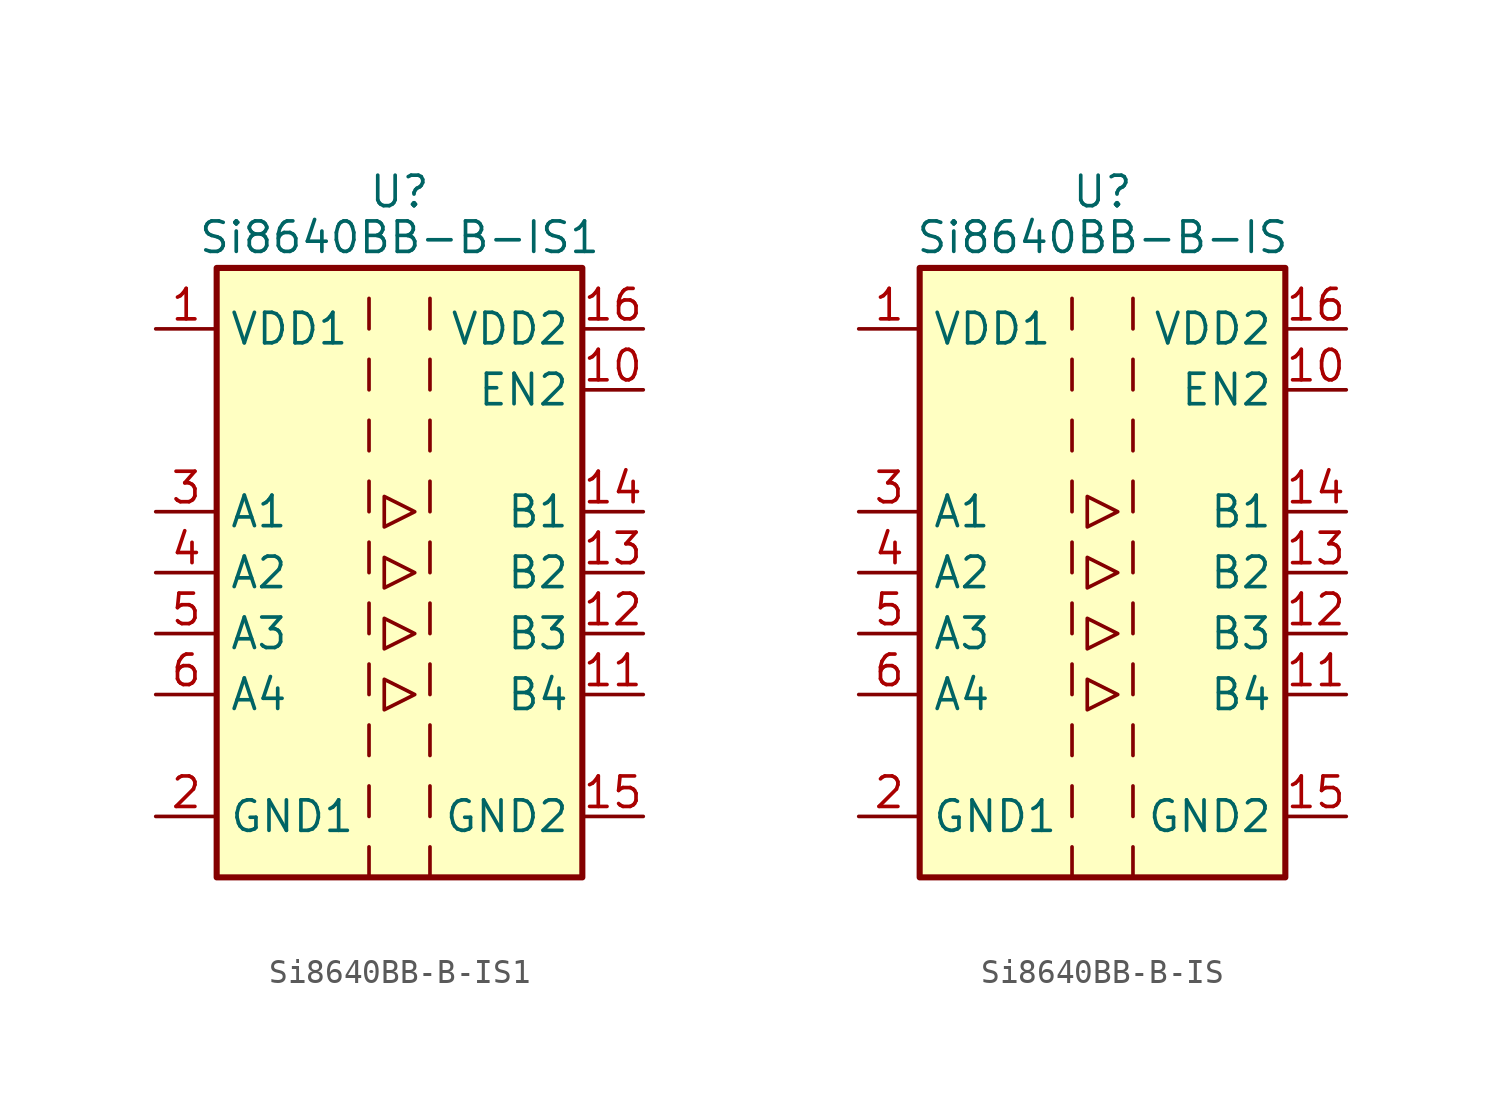
<source format=kicad_sym>
(kicad_symbol_lib
  (version 20200908)
  (generator kicad_symbol_editor)
  (symbol "Isolator:Si8640BB-B-IS1"
    (property "Reference" "U"
      (at 0 15.875 0)
      (effects (font (size 1.27 1.27))))
    (property "Value" "Si8640BB-B-IS1"
      (at 0 13.97 0)
      (effects (font (size 1.27 1.27))))
    (symbol "Si8640BB-B-IS1_0_1"
      (rectangle (start -7.62 12.7) (end 7.62 -12.7) (stroke (width 0.254)) (fill (type background)))
      (polyline (pts (xy -1.27 -11.43) (xy -1.27 -12.7)) (stroke (width 0)) (fill (type none)))
      (polyline (pts (xy -1.27 -8.89) (xy -1.27 -10.16)) (stroke (width 0)) (fill (type none)))
      (polyline (pts (xy -1.27 -6.35) (xy -1.27 -7.62)) (stroke (width 0)) (fill (type none)))
      (polyline (pts (xy -1.27 -3.81) (xy -1.27 -5.08)) (stroke (width 0)) (fill (type none)))
      (polyline (pts (xy -1.27 -1.27) (xy -1.27 -2.54)) (stroke (width 0)) (fill (type none)))
      (polyline (pts (xy -1.27 1.27) (xy -1.27 0)) (stroke (width 0)) (fill (type none)))
      (polyline (pts (xy -1.27 3.81) (xy -1.27 2.54)) (stroke (width 0)) (fill (type none)))
      (polyline (pts (xy -1.27 6.35) (xy -1.27 5.08)) (stroke (width 0)) (fill (type none)))
      (polyline (pts (xy -1.27 8.89) (xy -1.27 7.62)) (stroke (width 0)) (fill (type none)))
      (polyline (pts (xy -1.27 11.43) (xy -1.27 10.16)) (stroke (width 0)) (fill (type none)))
      (polyline (pts (xy 1.27 -11.43) (xy 1.27 -12.7)) (stroke (width 0)) (fill (type none)))
      (polyline (pts (xy 1.27 -8.89) (xy 1.27 -10.16)) (stroke (width 0)) (fill (type none)))
      (polyline (pts (xy 1.27 -6.35) (xy 1.27 -7.62)) (stroke (width 0)) (fill (type none)))
      (polyline (pts (xy 1.27 -3.81) (xy 1.27 -5.08)) (stroke (width 0)) (fill (type none)))
      (polyline (pts (xy 1.27 -1.27) (xy 1.27 -2.54)) (stroke (width 0)) (fill (type none)))
      (polyline (pts (xy 1.27 1.27) (xy 1.27 0)) (stroke (width 0)) (fill (type none)))
      (polyline (pts (xy 1.27 3.81) (xy 1.27 2.54)) (stroke (width 0)) (fill (type none)))
      (polyline (pts (xy 1.27 6.35) (xy 1.27 5.08)) (stroke (width 0)) (fill (type none)))
      (polyline (pts (xy 1.27 8.89) (xy 1.27 7.62)) (stroke (width 0)) (fill (type none)))
      (polyline (pts (xy 1.27 11.43) (xy 1.27 10.16)) (stroke (width 0)) (fill (type none)))
      (polyline (pts (xy -0.635 0.635) (xy -0.635 -0.635) (xy 0.635 0) (xy -0.635 0.635)) (stroke (width 0)) (fill (type none)))
      (polyline (pts (xy -0.635 3.175) (xy -0.635 1.905) (xy 0.635 2.54) (xy -0.635 3.175)) (stroke (width 0)) (fill (type none)))
      (polyline (pts (xy 0.635 -5.08) (xy -0.635 -4.445) (xy -0.635 -5.715) (xy 0.635 -5.08)) (stroke (width 0)) (fill (type none)))
      (polyline (pts (xy 0.635 -2.54) (xy -0.635 -1.905) (xy -0.635 -3.175) (xy 0.635 -2.54)) (stroke (width 0)) (fill (type none))))
    (symbol "Si8640BB-B-IS1_1_1"
      (pin power_in line (at -10.16 10.16 0) (length 2.54) (name "VDD1" (effects (font (size 1.27 1.27)))) (number "1" (effects (font (size 1.27 1.27)))))
      (pin input line (at 10.16 7.62 180) (length 2.54) (name "EN2" (effects (font (size 1.27 1.27)))) (number "10" (effects (font (size 1.27 1.27)))))
      (pin output line (at 10.16 -5.08 180) (length 2.54) (name "B4" (effects (font (size 1.27 1.27)))) (number "11" (effects (font (size 1.27 1.27)))))
      (pin output line (at 10.16 -2.54 180) (length 2.54) (name "B3" (effects (font (size 1.27 1.27)))) (number "12" (effects (font (size 1.27 1.27)))))
      (pin output line (at 10.16 0 180) (length 2.54) (name "B2" (effects (font (size 1.27 1.27)))) (number "13" (effects (font (size 1.27 1.27)))))
      (pin output line (at 10.16 2.54 180) (length 2.54) (name "B1" (effects (font (size 1.27 1.27)))) (number "14" (effects (font (size 1.27 1.27)))))
      (pin power_in line (at 10.16 -10.16 180) (length 2.54) (name "GND2" (effects (font (size 1.27 1.27)))) (number "15" (effects (font (size 1.27 1.27)))))
      (pin power_in line (at 10.16 10.16 180) (length 2.54) (name "VDD2" (effects (font (size 1.27 1.27)))) (number "16" (effects (font (size 1.27 1.27)))))
      (pin power_in line (at -10.16 -10.16 0) (length 2.54) (name "GND1" (effects (font (size 1.27 1.27)))) (number "2" (effects (font (size 1.27 1.27)))))
      (pin input line (at -10.16 2.54 0) (length 2.54) (name "A1" (effects (font (size 1.27 1.27)))) (number "3" (effects (font (size 1.27 1.27)))))
      (pin input line (at -10.16 0 0) (length 2.54) (name "A2" (effects (font (size 1.27 1.27)))) (number "4" (effects (font (size 1.27 1.27)))))
      (pin input line (at -10.16 -2.54 0) (length 2.54) (name "A3" (effects (font (size 1.27 1.27)))) (number "5" (effects (font (size 1.27 1.27)))))
      (pin input line (at -10.16 -5.08 0) (length 2.54) (name "A4" (effects (font (size 1.27 1.27)))) (number "6" (effects (font (size 1.27 1.27)))))
      (pin unconnected line (at -7.62 7.62 0) (length 2.54) hide (name "NC" (effects (font (size 1.27 1.27)))) (number "7" (effects (font (size 1.27 1.27)))))
      (pin passive line (at -10.16 -10.16 0) (length 2.54) hide (name "GND1" (effects (font (size 1.27 1.27)))) (number "8" (effects (font (size 1.27 1.27)))))
      (pin passive line (at 10.16 -10.16 180) (length 2.54) hide (name "GND2" (effects (font (size 1.27 1.27)))) (number "9" (effects (font (size 1.27 1.27)))))))
  (symbol "Isolator:Si8640BB-B-IS"
    (property "Reference" "U"
      (at 0 15.875 0)
      (effects (font (size 1.27 1.27))))
    (property "Value" "Si8640BB-B-IS"
      (at 0 13.97 0)
      (effects (font (size 1.27 1.27))))
    (symbol "Si8640BB-B-IS_0_1"
      (rectangle (start -7.62 12.7) (end 7.62 -12.7) (stroke (width 0.254)) (fill (type background)))
      (polyline (pts (xy -1.27 -11.43) (xy -1.27 -12.7)) (stroke (width 0)) (fill (type none)))
      (polyline (pts (xy -1.27 -8.89) (xy -1.27 -10.16)) (stroke (width 0)) (fill (type none)))
      (polyline (pts (xy -1.27 -6.35) (xy -1.27 -7.62)) (stroke (width 0)) (fill (type none)))
      (polyline (pts (xy -1.27 -3.81) (xy -1.27 -5.08)) (stroke (width 0)) (fill (type none)))
      (polyline (pts (xy -1.27 -1.27) (xy -1.27 -2.54)) (stroke (width 0)) (fill (type none)))
      (polyline (pts (xy -1.27 1.27) (xy -1.27 0)) (stroke (width 0)) (fill (type none)))
      (polyline (pts (xy -1.27 3.81) (xy -1.27 2.54)) (stroke (width 0)) (fill (type none)))
      (polyline (pts (xy -1.27 6.35) (xy -1.27 5.08)) (stroke (width 0)) (fill (type none)))
      (polyline (pts (xy -1.27 8.89) (xy -1.27 7.62)) (stroke (width 0)) (fill (type none)))
      (polyline (pts (xy -1.27 11.43) (xy -1.27 10.16)) (stroke (width 0)) (fill (type none)))
      (polyline (pts (xy 1.27 -11.43) (xy 1.27 -12.7)) (stroke (width 0)) (fill (type none)))
      (polyline (pts (xy 1.27 -8.89) (xy 1.27 -10.16)) (stroke (width 0)) (fill (type none)))
      (polyline (pts (xy 1.27 -6.35) (xy 1.27 -7.62)) (stroke (width 0)) (fill (type none)))
      (polyline (pts (xy 1.27 -3.81) (xy 1.27 -5.08)) (stroke (width 0)) (fill (type none)))
      (polyline (pts (xy 1.27 -1.27) (xy 1.27 -2.54)) (stroke (width 0)) (fill (type none)))
      (polyline (pts (xy 1.27 1.27) (xy 1.27 0)) (stroke (width 0)) (fill (type none)))
      (polyline (pts (xy 1.27 3.81) (xy 1.27 2.54)) (stroke (width 0)) (fill (type none)))
      (polyline (pts (xy 1.27 6.35) (xy 1.27 5.08)) (stroke (width 0)) (fill (type none)))
      (polyline (pts (xy 1.27 8.89) (xy 1.27 7.62)) (stroke (width 0)) (fill (type none)))
      (polyline (pts (xy 1.27 11.43) (xy 1.27 10.16)) (stroke (width 0)) (fill (type none)))
      (polyline (pts (xy -0.635 0.635) (xy -0.635 -0.635) (xy 0.635 0) (xy -0.635 0.635)) (stroke (width 0)) (fill (type none)))
      (polyline (pts (xy -0.635 3.175) (xy -0.635 1.905) (xy 0.635 2.54) (xy -0.635 3.175)) (stroke (width 0)) (fill (type none)))
      (polyline (pts (xy 0.635 -5.08) (xy -0.635 -4.445) (xy -0.635 -5.715) (xy 0.635 -5.08)) (stroke (width 0)) (fill (type none)))
      (polyline (pts (xy 0.635 -2.54) (xy -0.635 -1.905) (xy -0.635 -3.175) (xy 0.635 -2.54)) (stroke (width 0)) (fill (type none))))
    (symbol "Si8640BB-B-IS_1_1"
      (pin power_in line (at -10.16 10.16 0) (length 2.54) (name "VDD1" (effects (font (size 1.27 1.27)))) (number "1" (effects (font (size 1.27 1.27)))))
      (pin input line (at 10.16 7.62 180) (length 2.54) (name "EN2" (effects (font (size 1.27 1.27)))) (number "10" (effects (font (size 1.27 1.27)))))
      (pin output line (at 10.16 -5.08 180) (length 2.54) (name "B4" (effects (font (size 1.27 1.27)))) (number "11" (effects (font (size 1.27 1.27)))))
      (pin output line (at 10.16 -2.54 180) (length 2.54) (name "B3" (effects (font (size 1.27 1.27)))) (number "12" (effects (font (size 1.27 1.27)))))
      (pin output line (at 10.16 0 180) (length 2.54) (name "B2" (effects (font (size 1.27 1.27)))) (number "13" (effects (font (size 1.27 1.27)))))
      (pin output line (at 10.16 2.54 180) (length 2.54) (name "B1" (effects (font (size 1.27 1.27)))) (number "14" (effects (font (size 1.27 1.27)))))
      (pin power_in line (at 10.16 -10.16 180) (length 2.54) (name "GND2" (effects (font (size 1.27 1.27)))) (number "15" (effects (font (size 1.27 1.27)))))
      (pin power_in line (at 10.16 10.16 180) (length 2.54) (name "VDD2" (effects (font (size 1.27 1.27)))) (number "16" (effects (font (size 1.27 1.27)))))
      (pin power_in line (at -10.16 -10.16 0) (length 2.54) (name "GND1" (effects (font (size 1.27 1.27)))) (number "2" (effects (font (size 1.27 1.27)))))
      (pin input line (at -10.16 2.54 0) (length 2.54) (name "A1" (effects (font (size 1.27 1.27)))) (number "3" (effects (font (size 1.27 1.27)))))
      (pin input line (at -10.16 0 0) (length 2.54) (name "A2" (effects (font (size 1.27 1.27)))) (number "4" (effects (font (size 1.27 1.27)))))
      (pin input line (at -10.16 -2.54 0) (length 2.54) (name "A3" (effects (font (size 1.27 1.27)))) (number "5" (effects (font (size 1.27 1.27)))))
      (pin input line (at -10.16 -5.08 0) (length 2.54) (name "A4" (effects (font (size 1.27 1.27)))) (number "6" (effects (font (size 1.27 1.27)))))
      (pin unconnected line (at -7.62 7.62 0) (length 2.54) hide (name "NC" (effects (font (size 1.27 1.27)))) (number "7" (effects (font (size 1.27 1.27)))))
      (pin passive line (at -10.16 -10.16 0) (length 2.54) hide (name "GND1" (effects (font (size 1.27 1.27)))) (number "8" (effects (font (size 1.27 1.27)))))
      (pin passive line (at 10.16 -10.16 180) (length 2.54) hide (name "GND2" (effects (font (size 1.27 1.27)))) (number "9" (effects (font (size 1.27 1.27))))))))
</source>
